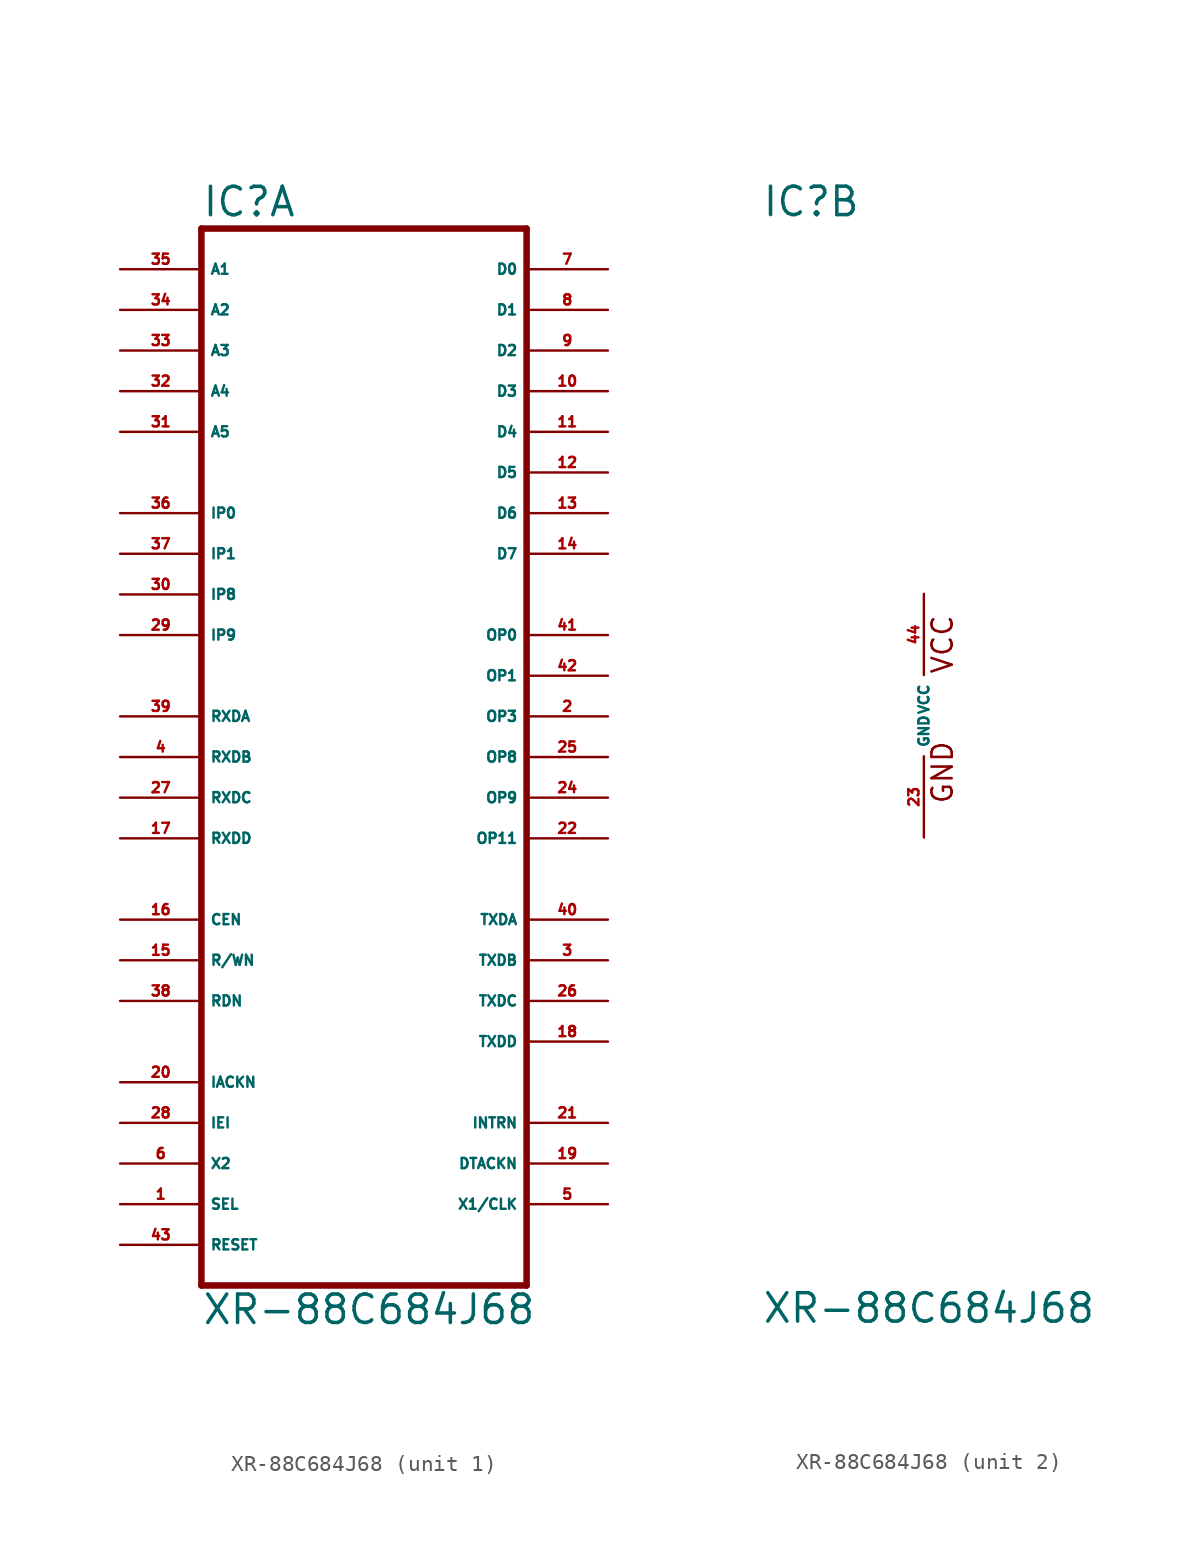
<source format=kicad_sym>
(kicad_symbol_lib
  (version 20220914)
  (generator Eagle2Kicad)
  (symbol "XR-88C684J68"
    (property "Reference" "IC"
      (at -10.16 31.115 0)
      (effects (font (size 1.778 1.778) (thickness 0.22)) (justify left bottom)))
    (property "Value" "XR-88C684J68"
      (at -10.16 -38.1 0)
      (effects (font (size 1.778 1.778) (thickness 0.22)) (justify left bottom)))
    (symbol "XR-88C684J68_1_0"
      (polyline (pts (xy -10.16 -35.56) (xy 10.16 -35.56)) (stroke (width 0.406) (type default)) (fill (type none)))
      (polyline (pts (xy 10.16 -35.56) (xy 10.16 30.48)) (stroke (width 0.406) (type default)) (fill (type none)))
      (polyline (pts (xy 10.16 30.48) (xy -10.16 30.48)) (stroke (width 0.406) (type default)) (fill (type none)))
      (polyline (pts (xy -10.16 30.48) (xy -10.16 -35.56)) (stroke (width 0.406) (type default)) (fill (type none)))
      (pin bidirectional line (at 15.24 27.94 180) (length 5.08) (name "D0" (effects (font (size 0.635 0.635) (thickness 0.08)) (justify left bottom))) (number "7" (effects (font (size 0.635 0.635) (thickness 0.08)) (justify left bottom))))
      (pin bidirectional line (at 15.24 25.4 180) (length 5.08) (name "D1" (effects (font (size 0.635 0.635) (thickness 0.08)) (justify left bottom))) (number "8" (effects (font (size 0.635 0.635) (thickness 0.08)) (justify left bottom))))
      (pin bidirectional line (at 15.24 22.86 180) (length 5.08) (name "D2" (effects (font (size 0.635 0.635) (thickness 0.08)) (justify left bottom))) (number "9" (effects (font (size 0.635 0.635) (thickness 0.08)) (justify left bottom))))
      (pin bidirectional line (at 15.24 20.32 180) (length 5.08) (name "D3" (effects (font (size 0.635 0.635) (thickness 0.08)) (justify left bottom))) (number "10" (effects (font (size 0.635 0.635) (thickness 0.08)) (justify left bottom))))
      (pin bidirectional line (at 15.24 17.78 180) (length 5.08) (name "D4" (effects (font (size 0.635 0.635) (thickness 0.08)) (justify left bottom))) (number "11" (effects (font (size 0.635 0.635) (thickness 0.08)) (justify left bottom))))
      (pin bidirectional line (at 15.24 15.24 180) (length 5.08) (name "D5" (effects (font (size 0.635 0.635) (thickness 0.08)) (justify left bottom))) (number "12" (effects (font (size 0.635 0.635) (thickness 0.08)) (justify left bottom))))
      (pin bidirectional line (at 15.24 12.7 180) (length 5.08) (name "D6" (effects (font (size 0.635 0.635) (thickness 0.08)) (justify left bottom))) (number "13" (effects (font (size 0.635 0.635) (thickness 0.08)) (justify left bottom))))
      (pin bidirectional line (at 15.24 10.16 180) (length 5.08) (name "D7" (effects (font (size 0.635 0.635) (thickness 0.08)) (justify left bottom))) (number "14" (effects (font (size 0.635 0.635) (thickness 0.08)) (justify left bottom))))
      (pin input line (at -15.24 27.94 0) (length 5.08) (name "A1" (effects (font (size 0.635 0.635) (thickness 0.08)) (justify left bottom))) (number "35" (effects (font (size 0.635 0.635) (thickness 0.08)) (justify left bottom))))
      (pin input line (at -15.24 25.4 0) (length 5.08) (name "A2" (effects (font (size 0.635 0.635) (thickness 0.08)) (justify left bottom))) (number "34" (effects (font (size 0.635 0.635) (thickness 0.08)) (justify left bottom))))
      (pin input line (at -15.24 22.86 0) (length 5.08) (name "A3" (effects (font (size 0.635 0.635) (thickness 0.08)) (justify left bottom))) (number "33" (effects (font (size 0.635 0.635) (thickness 0.08)) (justify left bottom))))
      (pin input line (at -15.24 20.32 0) (length 5.08) (name "A4" (effects (font (size 0.635 0.635) (thickness 0.08)) (justify left bottom))) (number "32" (effects (font (size 0.635 0.635) (thickness 0.08)) (justify left bottom))))
      (pin input line (at -15.24 17.78 0) (length 5.08) (name "A5" (effects (font (size 0.635 0.635) (thickness 0.08)) (justify left bottom))) (number "31" (effects (font (size 0.635 0.635) (thickness 0.08)) (justify left bottom))))
      (pin input line (at -15.24 12.7 0) (length 5.08) (name "IP0" (effects (font (size 0.635 0.635) (thickness 0.08)) (justify left bottom))) (number "36" (effects (font (size 0.635 0.635) (thickness 0.08)) (justify left bottom))))
      (pin input line (at -15.24 10.16 0) (length 5.08) (name "IP1" (effects (font (size 0.635 0.635) (thickness 0.08)) (justify left bottom))) (number "37" (effects (font (size 0.635 0.635) (thickness 0.08)) (justify left bottom))))
      (pin input line (at -15.24 7.62 0) (length 5.08) (name "IP8" (effects (font (size 0.635 0.635) (thickness 0.08)) (justify left bottom))) (number "30" (effects (font (size 0.635 0.635) (thickness 0.08)) (justify left bottom))))
      (pin input line (at -15.24 5.08 0) (length 5.08) (name "IP9" (effects (font (size 0.635 0.635) (thickness 0.08)) (justify left bottom))) (number "29" (effects (font (size 0.635 0.635) (thickness 0.08)) (justify left bottom))))
      (pin input line (at -15.24 -12.7 0) (length 5.08) (name "CEN" (effects (font (size 0.635 0.635) (thickness 0.08)) (justify left bottom))) (number "16" (effects (font (size 0.635 0.635) (thickness 0.08)) (justify left bottom))))
      (pin input line (at -15.24 -15.24 0) (length 5.08) (name "R/WN" (effects (font (size 0.635 0.635) (thickness 0.08)) (justify left bottom))) (number "15" (effects (font (size 0.635 0.635) (thickness 0.08)) (justify left bottom))))
      (pin input line (at -15.24 -17.78 0) (length 5.08) (name "RDN" (effects (font (size 0.635 0.635) (thickness 0.08)) (justify left bottom))) (number "38" (effects (font (size 0.635 0.635) (thickness 0.08)) (justify left bottom))))
      (pin input line (at -15.24 -22.86 0) (length 5.08) (name "IACKN" (effects (font (size 0.635 0.635) (thickness 0.08)) (justify left bottom))) (number "20" (effects (font (size 0.635 0.635) (thickness 0.08)) (justify left bottom))))
      (pin input line (at -15.24 -25.4 0) (length 5.08) (name "IEI" (effects (font (size 0.635 0.635) (thickness 0.08)) (justify left bottom))) (number "28" (effects (font (size 0.635 0.635) (thickness 0.08)) (justify left bottom))))
      (pin input line (at -15.24 -27.94 0) (length 5.08) (name "X2" (effects (font (size 0.635 0.635) (thickness 0.08)) (justify left bottom))) (number "6" (effects (font (size 0.635 0.635) (thickness 0.08)) (justify left bottom))))
      (pin input line (at -15.24 0 0) (length 5.08) (name "RXDA" (effects (font (size 0.635 0.635) (thickness 0.08)) (justify left bottom))) (number "39" (effects (font (size 0.635 0.635) (thickness 0.08)) (justify left bottom))))
      (pin input line (at -15.24 -2.54 0) (length 5.08) (name "RXDB" (effects (font (size 0.635 0.635) (thickness 0.08)) (justify left bottom))) (number "4" (effects (font (size 0.635 0.635) (thickness 0.08)) (justify left bottom))))
      (pin input line (at -15.24 -5.08 0) (length 5.08) (name "RXDC" (effects (font (size 0.635 0.635) (thickness 0.08)) (justify left bottom))) (number "27" (effects (font (size 0.635 0.635) (thickness 0.08)) (justify left bottom))))
      (pin input line (at -15.24 -7.62 0) (length 5.08) (name "RXDD" (effects (font (size 0.635 0.635) (thickness 0.08)) (justify left bottom))) (number "17" (effects (font (size 0.635 0.635) (thickness 0.08)) (justify left bottom))))
      (pin input line (at -15.24 -30.48 0) (length 5.08) (name "SEL" (effects (font (size 0.635 0.635) (thickness 0.08)) (justify left bottom))) (number "1" (effects (font (size 0.635 0.635) (thickness 0.08)) (justify left bottom))))
      (pin input line (at -15.24 -33.02 0) (length 5.08) (name "RESET" (effects (font (size 0.635 0.635) (thickness 0.08)) (justify left bottom))) (number "43" (effects (font (size 0.635 0.635) (thickness 0.08)) (justify left bottom))))
      (pin output line (at 15.24 5.08 180) (length 5.08) (name "OP0" (effects (font (size 0.635 0.635) (thickness 0.08)) (justify left bottom))) (number "41" (effects (font (size 0.635 0.635) (thickness 0.08)) (justify left bottom))))
      (pin output line (at 15.24 2.54 180) (length 5.08) (name "OP1" (effects (font (size 0.635 0.635) (thickness 0.08)) (justify left bottom))) (number "42" (effects (font (size 0.635 0.635) (thickness 0.08)) (justify left bottom))))
      (pin output line (at 15.24 0 180) (length 5.08) (name "OP3" (effects (font (size 0.635 0.635) (thickness 0.08)) (justify left bottom))) (number "2" (effects (font (size 0.635 0.635) (thickness 0.08)) (justify left bottom))))
      (pin output line (at 15.24 -7.62 180) (length 5.08) (name "OP11" (effects (font (size 0.635 0.635) (thickness 0.08)) (justify left bottom))) (number "22" (effects (font (size 0.635 0.635) (thickness 0.08)) (justify left bottom))))
      (pin output line (at 15.24 -12.7 180) (length 5.08) (name "TXDA" (effects (font (size 0.635 0.635) (thickness 0.08)) (justify left bottom))) (number "40" (effects (font (size 0.635 0.635) (thickness 0.08)) (justify left bottom))))
      (pin output line (at 15.24 -15.24 180) (length 5.08) (name "TXDB" (effects (font (size 0.635 0.635) (thickness 0.08)) (justify left bottom))) (number "3" (effects (font (size 0.635 0.635) (thickness 0.08)) (justify left bottom))))
      (pin output line (at 15.24 -17.78 180) (length 5.08) (name "TXDC" (effects (font (size 0.635 0.635) (thickness 0.08)) (justify left bottom))) (number "26" (effects (font (size 0.635 0.635) (thickness 0.08)) (justify left bottom))))
      (pin output line (at 15.24 -20.32 180) (length 5.08) (name "TXDD" (effects (font (size 0.635 0.635) (thickness 0.08)) (justify left bottom))) (number "18" (effects (font (size 0.635 0.635) (thickness 0.08)) (justify left bottom))))
      (pin output line (at 15.24 -25.4 180) (length 5.08) (name "INTRN" (effects (font (size 0.635 0.635) (thickness 0.08)) (justify left bottom))) (number "21" (effects (font (size 0.635 0.635) (thickness 0.08)) (justify left bottom))))
      (pin output line (at 15.24 -27.94 180) (length 5.08) (name "DTACKN" (effects (font (size 0.635 0.635) (thickness 0.08)) (justify left bottom))) (number "19" (effects (font (size 0.635 0.635) (thickness 0.08)) (justify left bottom))))
      (pin output line (at 15.24 -30.48 180) (length 5.08) (name "X1/CLK" (effects (font (size 0.635 0.635) (thickness 0.08)) (justify left bottom))) (number "5" (effects (font (size 0.635 0.635) (thickness 0.08)) (justify left bottom))))
      (pin output line (at 15.24 -2.54 180) (length 5.08) (name "OP8" (effects (font (size 0.635 0.635) (thickness 0.08)) (justify left bottom))) (number "25" (effects (font (size 0.635 0.635) (thickness 0.08)) (justify left bottom))))
      (pin output line (at 15.24 -5.08 180) (length 5.08) (name "OP9" (effects (font (size 0.635 0.635) (thickness 0.08)) (justify left bottom))) (number "24" (effects (font (size 0.635 0.635) (thickness 0.08)) (justify left bottom)))))
    (symbol "XR-88C684J68_2_0"
      (text "GND" (at 1.905 -5.588 900) (effects (font (size 1.27 1.27) (thickness 0.16)) (justify left bottom)))
      (text "VCC" (at 1.905 2.54 900) (effects (font (size 1.27 1.27) (thickness 0.16)) (justify left bottom)))
      (pin unspecified line (at 0 7.62 270) (length 5.08) (name "VCC" (effects (font (size 0.635 0.635) (thickness 0.08)) (justify left bottom))) (number "44" (effects (font (size 0.635 0.635) (thickness 0.08)) (justify left bottom))))
      (pin unspecified line (at 0 -7.62 90) (length 5.08) (name "GND" (effects (font (size 0.635 0.635) (thickness 0.08)) (justify left bottom))) (number "23" (effects (font (size 0.635 0.635) (thickness 0.08)) (justify left bottom)))))))
</source>
